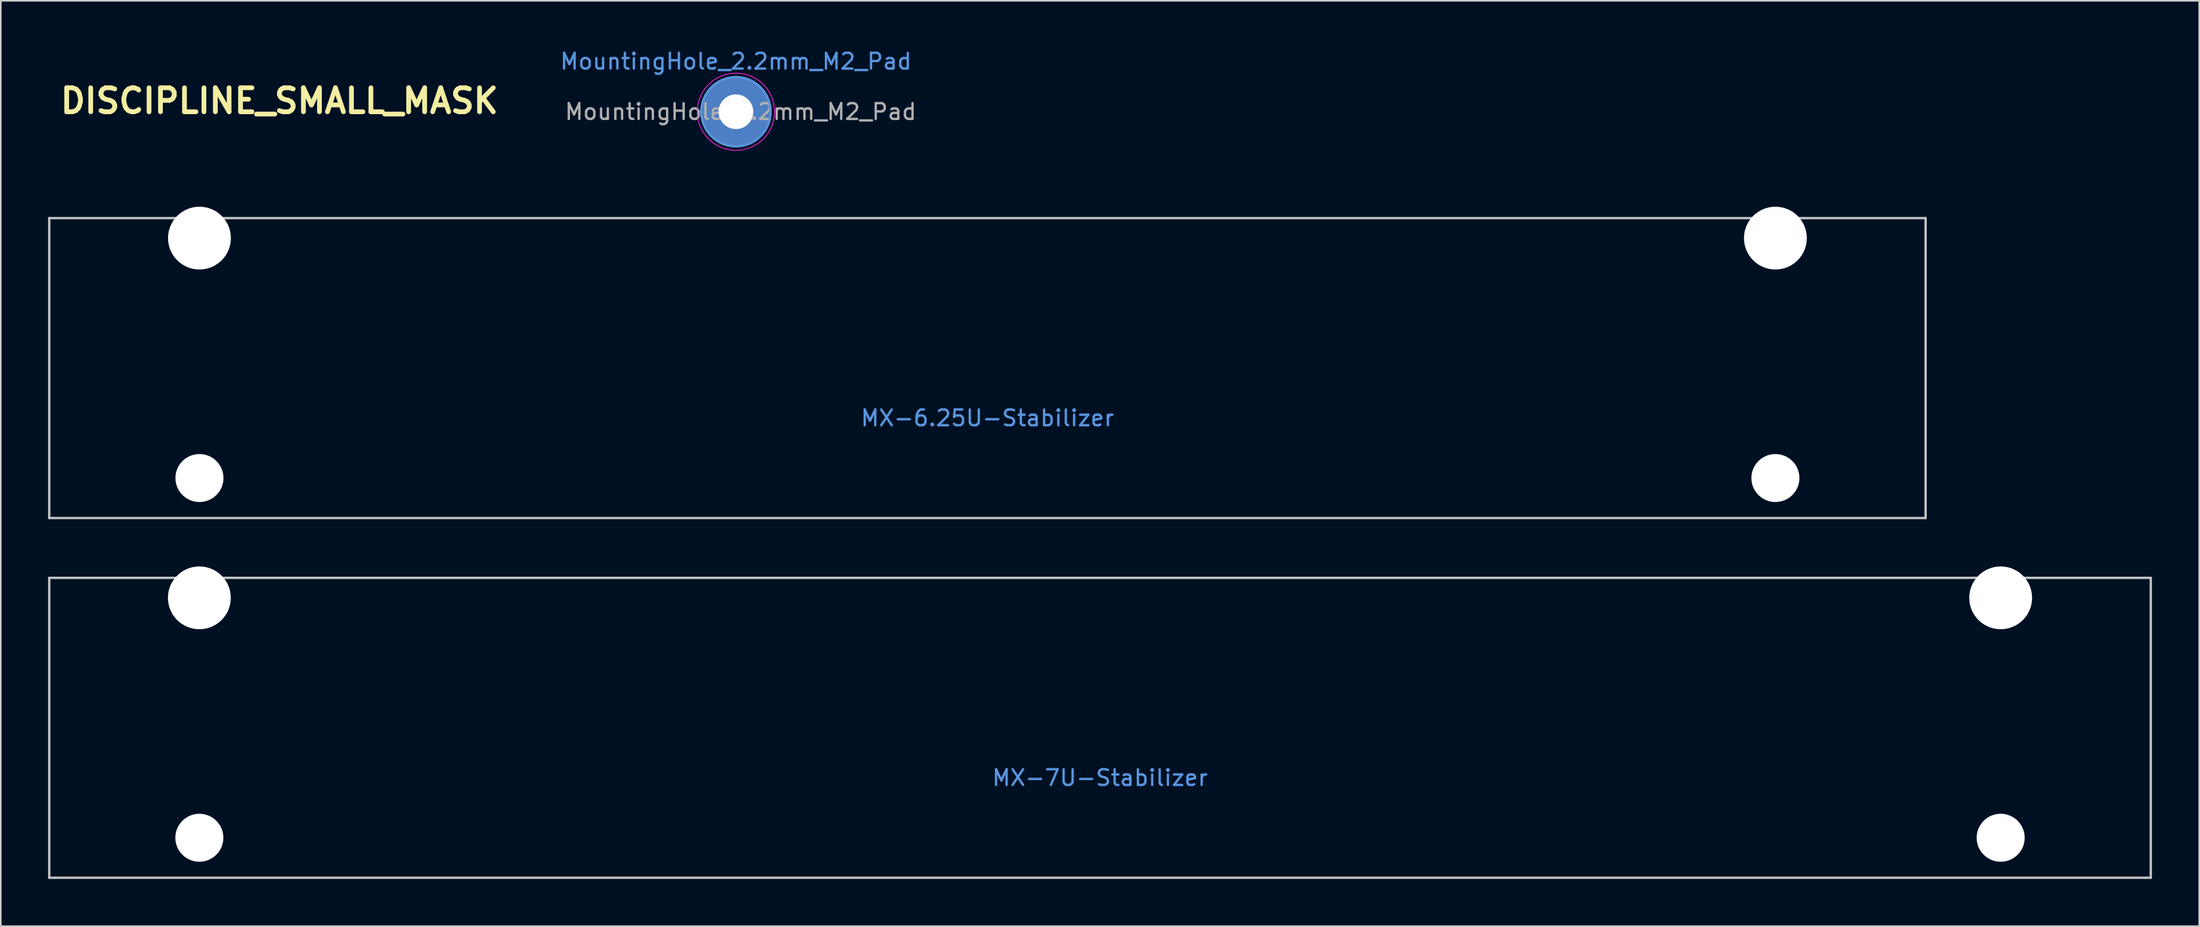
<source format=kicad_pcb>
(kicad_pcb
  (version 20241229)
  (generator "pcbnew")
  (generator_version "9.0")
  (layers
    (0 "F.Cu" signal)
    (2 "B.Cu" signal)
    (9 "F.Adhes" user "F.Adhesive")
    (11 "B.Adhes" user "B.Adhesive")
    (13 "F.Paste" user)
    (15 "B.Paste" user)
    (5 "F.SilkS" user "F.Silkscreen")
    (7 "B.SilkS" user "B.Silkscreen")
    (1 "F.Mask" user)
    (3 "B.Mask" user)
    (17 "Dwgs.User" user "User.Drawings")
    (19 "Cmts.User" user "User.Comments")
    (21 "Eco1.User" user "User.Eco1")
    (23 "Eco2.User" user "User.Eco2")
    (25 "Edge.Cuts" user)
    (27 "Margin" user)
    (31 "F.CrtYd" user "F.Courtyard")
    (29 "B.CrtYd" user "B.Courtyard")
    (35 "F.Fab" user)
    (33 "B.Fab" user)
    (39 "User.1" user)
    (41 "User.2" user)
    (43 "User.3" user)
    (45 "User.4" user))
  (footprint "MountingHole_2.2mm_M2_Pad"
    (layer "F.Cu")
    (at 43.648 4.048)
    (property "Reference" "MountingHole_2.2mm_M2_Pad" (at 0 -3.2 0) (layer "Cmts.User") (effects (font (size 1 1) (thickness 0.15))))
    (attr exclude_from_pos_files exclude_from_bom)
    (fp_circle (center 0 0) (end 2.2 0) (stroke (width 0.15) (type solid)) (fill no) (layer "Cmts.User"))
    (fp_circle (center 0 0) (end 2.45 0) (stroke (width 0.05) (type solid)) (fill no) (layer "F.CrtYd"))
    (fp_text user "${REFERENCE}" (at 0.3 0 0) (layer "F.Fab") (effects (font (size 1 1) (thickness 0.15))))
    (pad "1" thru_hole circle (at 0 0) (size 4.4 4.4) (drill 2.2) (layers "*.Cu" "*.Mask")))
  (footprint "MX-7U-Stabilizer"
    (layer "F.Cu")
    (at 66.75 43.178)
    (property "Reference" "MX-7U-Stabilizer" (at 0 3.175 0) (layer "Cmts.User") (effects (font (size 1 1) (thickness 0.15))))
    (attr through_hole)
    (fp_line (start -66.675 -9.525) (end 66.675 -9.525) (stroke (width 0.15) (type solid)) (layer "Dwgs.User"))
    (fp_line (start -66.675 9.525) (end -66.675 -9.525) (stroke (width 0.15) (type solid)) (layer "Dwgs.User"))
    (fp_line (start -66.675 9.525) (end 66.675 9.525) (stroke (width 0.15) (type solid)) (layer "Dwgs.User"))
    (fp_line (start 66.675 -9.525) (end 66.675 9.525) (stroke (width 0.15) (type solid)) (layer "Dwgs.User"))
    (pad "" np_thru_hole circle (at -57.15 -8.255) (size 3.988 3.988) (drill 3.988) (layers "*.Cu" "*.Mask"))
    (pad "" np_thru_hole circle (at -57.15 6.985) (size 3.048 3.048) (drill 3.048) (layers "*.Cu" "*.Mask"))
    (pad "" np_thru_hole circle (at 57.15 -8.255) (size 3.988 3.988) (drill 3.988) (layers "*.Cu" "*.Mask"))
    (pad "" np_thru_hole circle (at 57.15 6.985) (size 3.048 3.048) (drill 3.048) (layers "*.Cu" "*.Mask")))
  (footprint "MX-6.25U-Stabilizer"
    (layer "F.Cu")
    (at 59.606 20.329)
    (property "Reference" "MX-6.25U-Stabilizer" (at 0 3.175 0) (layer "Cmts.User") (effects (font (size 1 1) (thickness 0.15))))
    (attr through_hole)
    (fp_line (start -59.531 -9.525) (end 59.531 -9.525) (stroke (width 0.15) (type solid)) (layer "Dwgs.User"))
    (fp_line (start -59.531 9.525) (end -59.531 -9.525) (stroke (width 0.15) (type solid)) (layer "Dwgs.User"))
    (fp_line (start -59.531 9.525) (end 59.531 9.525) (stroke (width 0.15) (type solid)) (layer "Dwgs.User"))
    (fp_line (start 59.531 -9.525) (end 59.531 9.525) (stroke (width 0.15) (type solid)) (layer "Dwgs.User"))
    (pad "" np_thru_hole circle (at -50 -8.255) (size 3.988 3.988) (drill 3.988) (layers "*.Cu" "*.Mask"))
    (pad "" np_thru_hole circle (at -50 6.985) (size 3.048 3.048) (drill 3.048) (layers "*.Cu" "*.Mask"))
    (pad "" np_thru_hole circle (at 50 -8.255) (size 3.988 3.988) (drill 3.988) (layers "*.Cu" "*.Mask"))
    (pad "" np_thru_hole circle (at 50 6.985) (size 3.048 3.048) (drill 3.048) (layers "*.Cu" "*.Mask")))
  (footprint "DISCIPLINE_SMALL_MASK"
    (layer "F.Cu")
    (at 14.68 3.36)
    (property "Reference" "DISCIPLINE_SMALL_MASK" (at 0 0 0) (layer "F.SilkS") (effects (font (size 1.524 1.524) (thickness 0.3))))
    (attr through_hole)
    (fp_line (start -11.13 3.52) (end 11.17 3.52) (stroke (width 0.4) (type solid)) (layer "F.Mask"))
    (fp_line (start -11.11 -3.16) (end 11.17 -3.16) (stroke (width 0.4) (type solid)) (layer "F.Mask"))
    (fp_arc (start -11.14 3.52) (mid -14.48 0.18) (end -11.14 -3.16) (stroke (width 0.4) (type solid)) (layer "F.Mask"))
    (fp_arc (start 11.16 -3.16) (mid 14.5 0.18) (end 11.16 3.52) (stroke (width 0.4) (type solid)) (layer "F.Mask"))
    (fp_poly (pts (xy 4.726 -0.973) (xy 4.848 -0.963) (xy 4.848 0.996) (xy 4.603 1.016) (xy 4.603 -0.983) (xy 4.726 -0.973)) (stroke (width 0.01) (type solid)) (fill yes) (layer "F.Mask"))
    (fp_poly (pts (xy -7.036 0.996) (xy -7.142 1.006) (xy -7.228 1.001) (xy -7.265 0.973) (xy -7.269 0.93) (xy -7.272 0.831) (xy -7.274 0.684) (xy -7.275 0.497) (xy -7.275 0.279) (xy -7.273 0.039) (xy -7.273 -0.017) (xy -7.264 -0.963) (xy -7.036 -0.963) (xy -7.036 0.996)) (stroke (width 0.01) (type solid)) (fill yes) (layer "F.Mask"))
    (fp_poly (pts (xy -1.012 1.012) (xy -1.127 1.012) (xy -1.208 1.002) (xy -1.256 0.976) (xy -1.258 0.971) (xy -1.262 0.929) (xy -1.265 0.83) (xy -1.267 0.683) (xy -1.268 0.497) (xy -1.268 0.279) (xy -1.266 0.04) (xy -1.266 -0.017) (xy -1.257 -0.963) (xy -1.135 -0.973) (xy -1.012 -0.983) (xy -1.012 1.012)) (stroke (width 0.01) (type solid)) (fill yes) (layer "F.Mask"))
    (fp_poly (pts (xy 2.702 -0.973) (xy 2.824 -0.963) (xy 2.841 0.781) (xy 3.575 0.8) (xy 3.575 0.996) (xy 3.1 1.005) (xy 2.93 1.006) (xy 2.783 1.005) (xy 2.673 1.001) (xy 2.611 0.994) (xy 2.602 0.991) (xy 2.596 0.954) (xy 2.591 0.86) (xy 2.586 0.717) (xy 2.583 0.533) (xy 2.58 0.317) (xy 2.579 0.077) (xy 2.579 -0.007) (xy 2.579 -0.983) (xy 2.702 -0.973)) (stroke (width 0.01) (type solid)) (fill yes) (layer "F.Mask"))
    (fp_poly (pts (xy 7.567 0.006) (xy 7.558 0.996) (xy 7.444 1.005) (xy 7.35 1) (xy 7.278 0.975) (xy 7.275 0.973) (xy 7.245 0.934) (xy 7.189 0.846) (xy 7.11 0.715) (xy 7.015 0.551) (xy 6.906 0.361) (xy 6.789 0.153) (xy 6.777 0.131) (xy 6.335 -0.668) (xy 6.326 0.164) (xy 6.317 0.996) (xy 6.211 1.006) (xy 6.104 1.016) (xy 6.113 0.027) (xy 6.121 -0.963) (xy 6.273 -0.973) (xy 6.374 -0.973) (xy 6.436 -0.953) (xy 6.485 -0.904) (xy 6.517 -0.854) (xy 6.575 -0.755) (xy 6.654 -0.617) (xy 6.749 -0.448) (xy 6.855 -0.256) (xy 6.938 -0.106) (xy 7.329 0.612) (xy 7.362 -0.963) (xy 7.469 -0.973) (xy 7.575 -0.984) (xy 7.567 0.006)) (stroke (width 0.01) (type solid)) (fill yes) (layer "F.Mask"))
    (fp_poly (pts (xy 9.582 -0.979) (xy 9.717 -0.976) (xy 9.808 -0.971) (xy 9.862 -0.961) (xy 9.892 -0.945) (xy 9.906 -0.923) (xy 9.907 -0.919) (xy 9.914 -0.84) (xy 9.906 -0.804) (xy 9.889 -0.782) (xy 9.85 -0.766) (xy 9.78 -0.757) (xy 9.667 -0.752) (xy 9.5 -0.751) (xy 9.479 -0.751) (xy 9.074 -0.751) (xy 9.083 -0.449) (xy 9.092 -0.147) (xy 9.443 -0.138) (xy 9.794 -0.128) (xy 9.794 0.065) (xy 9.076 0.065) (xy 9.076 0.782) (xy 9.909 0.8) (xy 9.909 0.996) (xy 9.402 1.005) (xy 9.186 1.007) (xy 9.03 1.004) (xy 8.926 0.996) (xy 8.868 0.982) (xy 8.855 0.974) (xy 8.843 0.929) (xy 8.832 0.83) (xy 8.824 0.686) (xy 8.818 0.508) (xy 8.814 0.306) (xy 8.812 0.09) (xy 8.812 -0.13) (xy 8.815 -0.342) (xy 8.819 -0.538) (xy 8.826 -0.706) (xy 8.835 -0.836) (xy 8.846 -0.918) (xy 8.854 -0.94) (xy 8.9 -0.958) (xy 9.001 -0.97) (xy 9.16 -0.977) (xy 9.381 -0.979) (xy 9.391 -0.979) (xy 9.582 -0.979)) (stroke (width 0.01) (type solid)) (fill yes) (layer "F.Mask"))
    (fp_poly (pts (xy -9.323 -0.971) (xy -9.11 -0.947) (xy -8.933 -0.898) (xy -8.78 -0.822) (xy -8.773 -0.817) (xy -8.621 -0.684) (xy -8.507 -0.504) (xy -8.434 -0.288) (xy -8.406 -0.044) (xy -8.424 0.216) (xy -8.486 0.464) (xy -8.588 0.662) (xy -8.731 0.816) (xy -8.913 0.925) (xy -9.004 0.954) (xy -9.132 0.978) (xy -9.283 0.997) (xy -9.444 1.009) (xy -9.599 1.015) (xy -9.737 1.013) (xy -9.842 1.002) (xy -9.901 0.983) (xy -9.909 0.975) (xy -9.913 0.932) (xy -9.916 0.832) (xy -9.918 0.684) (xy -9.919 0.497) (xy -9.919 0.279) (xy -9.918 0.039) (xy -9.917 -0.017) (xy -9.911 -0.751) (xy -9.664 -0.751) (xy -9.664 0.784) (xy -9.409 0.784) (xy -9.252 0.778) (xy -9.135 0.759) (xy -9.032 0.721) (xy -9.01 0.71) (xy -8.872 0.612) (xy -8.775 0.476) (xy -8.715 0.294) (xy -8.691 0.1) (xy -8.692 -0.131) (xy -8.728 -0.317) (xy -8.8 -0.47) (xy -8.857 -0.544) (xy -8.963 -0.644) (xy -9.082 -0.708) (xy -9.231 -0.742) (xy -9.418 -0.751) (xy -9.664 -0.751) (xy -9.911 -0.751) (xy -9.909 -0.963) (xy -9.585 -0.973) (xy -9.323 -0.971)) (stroke (width 0.01) (type solid)) (fill yes) (layer "F.Mask"))
    (fp_poly (pts (xy -2.759 -0.998) (xy -2.546 -0.944) (xy -2.487 -0.917) (xy -2.383 -0.85) (xy -2.331 -0.774) (xy -2.318 -0.685) (xy -2.333 -0.622) (xy -2.381 -0.608) (xy -2.466 -0.643) (xy -2.516 -0.674) (xy -2.654 -0.743) (xy -2.815 -0.773) (xy -2.835 -0.775) (xy -3.024 -0.762) (xy -3.178 -0.696) (xy -3.301 -0.573) (xy -3.361 -0.474) (xy -3.399 -0.392) (xy -3.424 -0.314) (xy -3.438 -0.222) (xy -3.443 -0.097) (xy -3.444 0.032) (xy -3.442 0.196) (xy -3.434 0.312) (xy -3.418 0.399) (xy -3.391 0.473) (xy -3.369 0.515) (xy -3.259 0.659) (xy -3.113 0.756) (xy -2.943 0.804) (xy -2.762 0.801) (xy -2.582 0.745) (xy -2.48 0.684) (xy -2.408 0.64) (xy -2.356 0.62) (xy -2.354 0.62) (xy -2.323 0.646) (xy -2.318 0.709) (xy -2.334 0.787) (xy -2.371 0.859) (xy -2.39 0.881) (xy -2.511 0.957) (xy -2.674 1.01) (xy -2.86 1.036) (xy -3.049 1.032) (xy -3.155 1.014) (xy -3.343 0.937) (xy -3.499 0.808) (xy -3.62 0.632) (xy -3.702 0.416) (xy -3.744 0.166) (xy -3.743 -0.082) (xy -3.701 -0.334) (xy -3.62 -0.556) (xy -3.504 -0.737) (xy -3.391 -0.844) (xy -3.2 -0.947) (xy -2.983 -0.999) (xy -2.759 -0.998)) (stroke (width 0.01) (type solid)) (fill yes) (layer "F.Mask"))
    (fp_poly (pts (xy 0.696 -0.973) (xy 0.866 -0.965) (xy 0.987 -0.954) (xy 1.074 -0.936) (xy 1.142 -0.91) (xy 1.189 -0.883) (xy 1.316 -0.783) (xy 1.394 -0.663) (xy 1.431 -0.508) (xy 1.436 -0.392) (xy 1.412 -0.18) (xy 1.341 -0.012) (xy 1.221 0.115) (xy 1.051 0.201) (xy 0.829 0.248) (xy 0.745 0.255) (xy 0.49 0.27) (xy 0.49 1.012) (xy 0.381 1.012) (xy 0.3 1.006) (xy 0.252 0.992) (xy 0.25 0.99) (xy 0.245 0.953) (xy 0.24 0.859) (xy 0.235 0.717) (xy 0.232 0.535) (xy 0.23 0.32) (xy 0.229 0.083) (xy 0.229 0.031) (xy 0.229 -0.247) (xy 0.231 -0.466) (xy 0.234 -0.635) (xy 0.238 -0.751) (xy 0.49 -0.751) (xy 0.49 -0.365) (xy 0.491 -0.212) (xy 0.496 -0.084) (xy 0.503 0.006) (xy 0.511 0.044) (xy 0.563 0.06) (xy 0.657 0.064) (xy 0.769 0.055) (xy 0.879 0.034) (xy 0.884 0.033) (xy 1.023 -0.032) (xy 1.114 -0.137) (xy 1.162 -0.288) (xy 1.168 -0.342) (xy 1.174 -0.449) (xy 1.162 -0.518) (xy 1.124 -0.578) (xy 1.068 -0.636) (xy 1.004 -0.696) (xy 0.948 -0.731) (xy 0.878 -0.746) (xy 0.772 -0.751) (xy 0.722 -0.751) (xy 0.49 -0.751) (xy 0.238 -0.751) (xy 0.238 -0.759) (xy 0.245 -0.845) (xy 0.255 -0.902) (xy 0.267 -0.934) (xy 0.278 -0.947) (xy 0.326 -0.966) (xy 0.418 -0.976) (xy 0.562 -0.977) (xy 0.696 -0.973)) (stroke (width 0.01) (type solid)) (fill yes) (layer "F.Mask"))
    (fp_poly (pts (xy -5.109 -0.984) (xy -4.986 -0.95) (xy -4.893 -0.906) (xy -4.851 -0.861) (xy -4.833 -0.776) (xy -4.84 -0.703) (xy -4.86 -0.672) (xy -4.903 -0.675) (xy -4.98 -0.703) (xy -5.014 -0.719) (xy -5.171 -0.776) (xy -5.321 -0.787) (xy -5.45 -0.755) (xy -5.549 -0.686) (xy -5.606 -0.582) (xy -5.615 -0.506) (xy -5.592 -0.393) (xy -5.518 -0.294) (xy -5.388 -0.203) (xy -5.269 -0.144) (xy -5.042 -0.028) (xy -4.878 0.091) (xy -4.795 0.186) (xy -4.753 0.294) (xy -4.735 0.435) (xy -4.743 0.581) (xy -4.776 0.704) (xy -4.782 0.716) (xy -4.891 0.86) (xy -5.045 0.964) (xy -5.232 1.026) (xy -5.441 1.041) (xy -5.632 1.014) (xy -5.748 0.976) (xy -5.85 0.924) (xy -5.914 0.872) (xy -5.917 0.868) (xy -5.938 0.803) (xy -5.938 0.727) (xy -5.916 0.674) (xy -5.911 0.671) (xy -5.867 0.673) (xy -5.788 0.702) (xy -5.745 0.723) (xy -5.57 0.79) (xy -5.403 0.812) (xy -5.252 0.792) (xy -5.127 0.734) (xy -5.039 0.64) (xy -4.997 0.514) (xy -4.995 0.476) (xy -5.017 0.387) (xy -5.085 0.298) (xy -5.204 0.204) (xy -5.381 0.1) (xy -5.423 0.078) (xy -5.607 -0.026) (xy -5.736 -0.123) (xy -5.819 -0.223) (xy -5.863 -0.337) (xy -5.877 -0.475) (xy -5.877 -0.485) (xy -5.851 -0.672) (xy -5.774 -0.819) (xy -5.647 -0.924) (xy -5.47 -0.988) (xy -5.374 -1.002) (xy -5.244 -1.003) (xy -5.109 -0.984)) (stroke (width 0.01) (type solid)) (fill yes) (layer "F.Mask")))
  (gr_rect
    (start -3 -3)
    (end 136.5 55.778)
    (stroke (width 0.1) (type default))
    (fill no)
    (layer "Edge.Cuts")))
</source>
